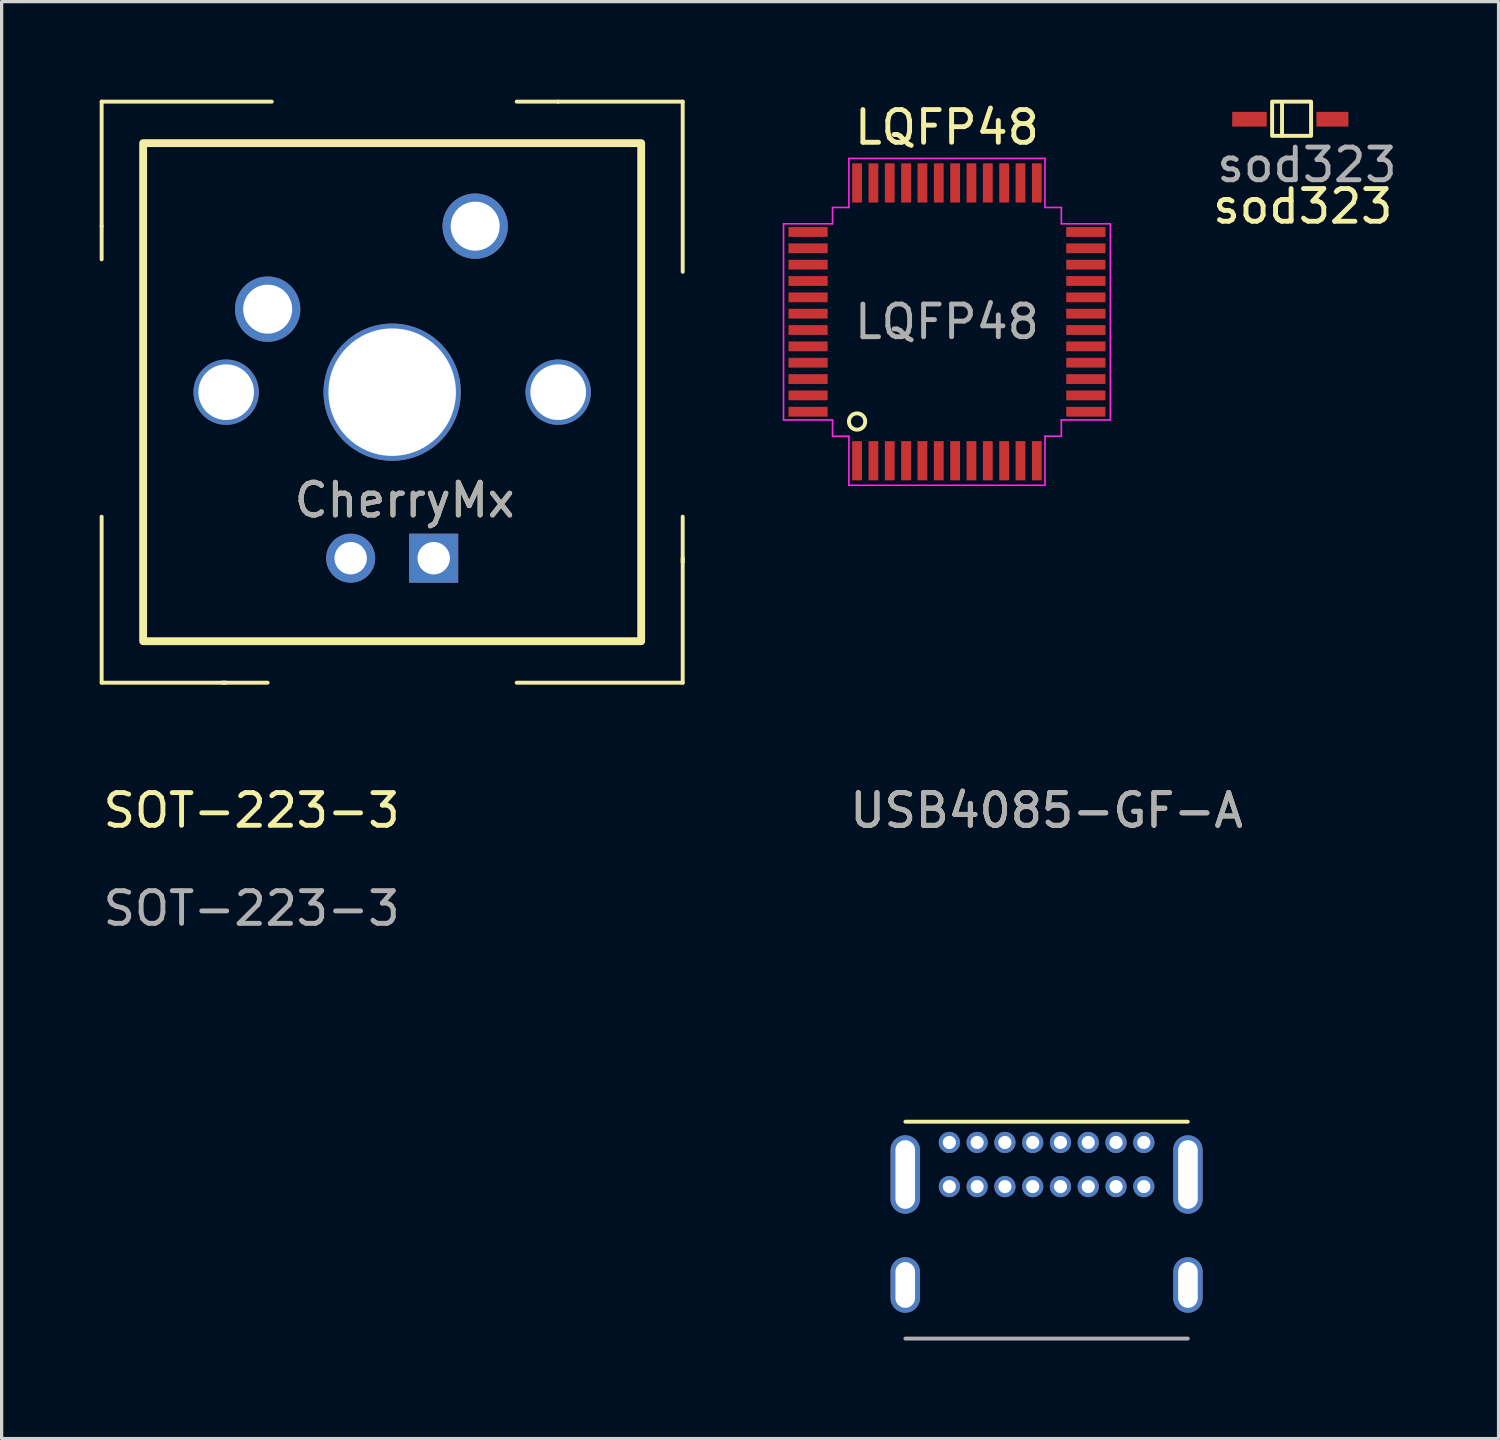
<source format=kicad_pcb>
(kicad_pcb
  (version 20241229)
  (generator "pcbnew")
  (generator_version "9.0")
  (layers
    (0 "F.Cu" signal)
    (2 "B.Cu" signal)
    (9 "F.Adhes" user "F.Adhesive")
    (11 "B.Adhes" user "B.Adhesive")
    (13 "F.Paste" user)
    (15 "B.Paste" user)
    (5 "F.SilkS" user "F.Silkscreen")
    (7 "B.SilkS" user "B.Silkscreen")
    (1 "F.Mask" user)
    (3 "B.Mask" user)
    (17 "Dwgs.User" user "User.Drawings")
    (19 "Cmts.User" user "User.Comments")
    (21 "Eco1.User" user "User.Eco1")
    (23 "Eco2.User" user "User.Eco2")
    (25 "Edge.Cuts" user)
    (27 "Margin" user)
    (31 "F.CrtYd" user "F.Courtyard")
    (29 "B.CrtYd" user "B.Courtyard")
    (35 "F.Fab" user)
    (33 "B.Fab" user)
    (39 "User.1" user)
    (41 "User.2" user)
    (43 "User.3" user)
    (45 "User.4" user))
  (footprint "USB4085-GF-A"
    (layer "F.Cu")
    (at 28.974 31.908)
    (property "Reference" "USB4085-GF-A" (at 0 -10.16 0) (unlocked yes) (layer "F.SilkS") (effects (font (size 1 1) (thickness 0.15))))
    (attr through_hole)
    (fp_line (start -4.32 -0.635) (end 4.32 -0.635) (stroke (width 0.12) (type solid)) (layer "F.SilkS"))
    (fp_line (start -4.32 6) (end 4.32 6) (stroke (width 0.12) (type solid)) (layer "F.Fab"))
    (fp_text user "${REFERENCE}" (at 0 -10.16 0) (unlocked yes) (layer "F.Fab") (effects (font (size 1 1) (thickness 0.15))))
    (pad "A1" thru_hole circle (at -2.975 0) (size 0.65 0.65) (drill 0.4) (layers "*.Cu" "*.Mask"))
    (pad "A4" thru_hole circle (at -2.125 0) (size 0.65 0.65) (drill 0.4) (layers "*.Cu" "*.Mask"))
    (pad "A5" thru_hole circle (at -1.275 0) (size 0.65 0.65) (drill 0.4) (layers "*.Cu" "*.Mask"))
    (pad "A6" thru_hole circle (at -0.425 0) (size 0.65 0.65) (drill 0.4) (layers "*.Cu" "*.Mask"))
    (pad "A7" thru_hole circle (at 0.425 0) (size 0.65 0.65) (drill 0.4) (layers "*.Cu" "*.Mask"))
    (pad "A8" thru_hole circle (at 1.275 0) (size 0.65 0.65) (drill 0.4) (layers "*.Cu" "*.Mask"))
    (pad "A9" thru_hole circle (at 2.125 0) (size 0.65 0.65) (drill 0.4) (layers "*.Cu" "*.Mask"))
    (pad "A12" thru_hole circle (at 2.975 0) (size 0.65 0.65) (drill 0.4) (layers "*.Cu" "*.Mask"))
    (pad "B1" thru_hole circle (at 2.975 1.35) (size 0.65 0.65) (drill 0.4) (layers "*.Cu" "*.Mask"))
    (pad "B4" thru_hole circle (at 2.125 1.35) (size 0.65 0.65) (drill 0.4) (layers "*.Cu" "*.Mask"))
    (pad "B5" thru_hole circle (at 1.275 1.35) (size 0.65 0.65) (drill 0.4) (layers "*.Cu" "*.Mask"))
    (pad "B6" thru_hole circle (at 0.425 1.35) (size 0.65 0.65) (drill 0.4) (layers "*.Cu" "*.Mask"))
    (pad "B7" thru_hole circle (at -0.425 1.35) (size 0.65 0.65) (drill 0.4) (layers "*.Cu" "*.Mask"))
    (pad "B8" thru_hole circle (at -1.275 1.35) (size 0.65 0.65) (drill 0.4) (layers "*.Cu" "*.Mask"))
    (pad "B9" thru_hole circle (at -2.125 1.35) (size 0.65 0.65) (drill 0.4) (layers "*.Cu" "*.Mask"))
    (pad "B12" thru_hole circle (at -2.975 1.35) (size 0.65 0.65) (drill 0.4) (layers "*.Cu" "*.Mask"))
    (pad "SHELL" thru_hole oval (at -4.325 0.98) (size 0.9 2.4) (drill oval 0.6 2.1) (layers "*.Cu" "*.Mask"))
    (pad "SHELL" thru_hole oval (at -4.325 4.36) (size 0.9 1.7) (drill oval 0.6 1.4) (layers "*.Cu" "*.Mask"))
    (pad "SHELL" thru_hole oval (at 4.325 0.98) (size 0.9 2.4) (drill oval 0.6 2.1) (layers "*.Cu" "*.Mask"))
    (pad "SHELL" thru_hole oval (at 4.325 4.36) (size 0.9 1.7) (drill oval 0.6 1.4) (layers "*.Cu" "*.Mask")))
  (footprint "CherryMx"
    (layer "F.Cu")
    (at 8.95 8.95)
    (property "Reference" "CherryMx" (at 0.381 3.302 0) (unlocked yes) (layer "F.SilkS") (effects (font (size 1 1) (thickness 0.15))))
    (attr smd)
    (fp_line (start -8.89 -8.89) (end -3.683 -8.89) (stroke (width 0.12) (type solid)) (layer "F.SilkS"))
    (fp_line (start -8.89 -5.08) (end -8.89 -8.89) (stroke (width 0.12) (type solid)) (layer "F.SilkS"))
    (fp_line (start -8.89 -5.08) (end -8.89 -4.064) (stroke (width 0.12) (type solid)) (layer "F.SilkS"))
    (fp_line (start -8.89 8.89) (end -8.89 3.81) (stroke (width 0.12) (type solid)) (layer "F.SilkS"))
    (fp_line (start -5.207 8.89) (end -3.81 8.89) (stroke (width 0.12) (type solid)) (layer "F.SilkS"))
    (fp_line (start -5.08 8.89) (end -8.89 8.89) (stroke (width 0.12) (type solid)) (layer "F.SilkS"))
    (fp_line (start 5.08 -8.89) (end 3.81 -8.89) (stroke (width 0.12) (type solid)) (layer "F.SilkS"))
    (fp_line (start 5.08 -8.89) (end 8.89 -8.89) (stroke (width 0.12) (type solid)) (layer "F.SilkS"))
    (fp_line (start 8.89 -8.89) (end 8.89 -3.683) (stroke (width 0.12) (type solid)) (layer "F.SilkS"))
    (fp_line (start 8.89 5.08) (end 8.89 8.89) (stroke (width 0.12) (type solid)) (layer "F.SilkS"))
    (fp_line (start 8.89 5.207) (end 8.89 3.81) (stroke (width 0.12) (type solid)) (layer "F.SilkS"))
    (fp_line (start 8.89 8.89) (end 3.81 8.89) (stroke (width 0.12) (type solid)) (layer "F.SilkS"))
    (fp_rect (start -7.62 -7.62) (end 7.62 7.62) (stroke (width 0.24) (type solid)) (fill no) (layer "F.SilkS"))
    (fp_text user "${REFERENCE}" (at 0.381 3.302 0) (unlocked yes) (layer "F.Fab") (effects (font (size 1 1) (thickness 0.15))))
    (pad "" np_thru_hole circle (at -5.08 0) (size 2 2) (drill 1.702) (layers "*.Cu" "*.Mask"))
    (pad "" np_thru_hole circle (at 0 0) (size 4.2 4.2) (drill 3.9) (layers "*.Cu" "*.Mask"))
    (pad "" np_thru_hole circle (at 5.08 0) (size 2 2) (drill 1.702) (layers "*.Cu" "*.Mask"))
    (pad "1" thru_hole circle (at -3.81 -2.54) (size 2 2) (drill 1.499) (layers "*.Cu" "*.Mask"))
    (pad "2" thru_hole circle (at 2.54 -5.08) (size 2 2) (drill 1.499) (layers "*.Cu" "*.Mask"))
    (pad "3" thru_hole circle (at -1.27 5.08) (size 1.5 1.5) (drill 0.991) (layers "*.Cu" "*.Mask"))
    (pad "4" thru_hole rect (at 1.27 5.08) (size 1.5 1.5) (drill 0.991) (layers "*.Cu" "*.Mask")))
  (footprint "sod323"
    (layer "F.Cu")
    (at 35.416 0.598)
    (property "Reference" "sod323" (at 1.397 2.667 0) (unlocked yes) (layer "F.SilkS") (effects (font (size 1 1) (thickness 0.15))))
    (attr smd)
    (fp_line (start 0.762 0.508) (end 0.762 -0.508) (stroke (width 0.12) (type solid)) (layer "F.SilkS"))
    (fp_rect (start 0.459 -0.538) (end 1.651 0.508) (stroke (width 0.12) (type solid)) (fill no) (layer "F.SilkS"))
    (fp_text user "${REFERENCE}" (at 1.524 1.397 0) (unlocked yes) (layer "F.Fab") (effects (font (size 1 1) (thickness 0.15))))
    (pad "1" smd rect (at -0.234 0) (size 1.057 0.45) (layers "F.Cu" "F.Mask" "F.Paste"))
    (pad "2" smd rect (at 2.304 0) (size 0.979 0.45) (layers "F.Cu" "F.Mask" "F.Paste")))
  (footprint "SOT-223-3"
    (layer "F.Cu")
    (at 19.599 22.798)
    (property "Reference" "SOT-223-3" (at -14.95 -1.05 0) (unlocked yes) (layer "F.SilkS") (effects (font (size 1 1) (thickness 0.15))))
    (attr smd)
    (fp_text user "${REFERENCE}" (at -14.95 1.95 0) (unlocked yes) (layer "F.Fab") (effects (font (size 1 1) (thickness 0.15)))))
  (footprint "LQFP48"
    (layer "F.Cu")
    (at 25.925 6.798)
    (property "Reference" "LQFP48" (at 0 -5.95 0) (unlocked yes) (layer "F.SilkS") (effects (font (size 1 1) (thickness 0.15))))
    (attr smd)
    (fp_circle (center -2.75 3.05) (end -2.6 3.25) (stroke (width 0.12) (type solid)) (fill no) (layer "F.SilkS"))
    (fp_line (start -5 -3) (end -3.5 -3) (stroke (width 0.05) (type solid)) (layer "F.CrtYd"))
    (fp_line (start -5 3) (end -5 -3) (stroke (width 0.05) (type solid)) (layer "F.CrtYd"))
    (fp_line (start -3.5 -3.5) (end -3 -3.5) (stroke (width 0.05) (type solid)) (layer "F.CrtYd"))
    (fp_line (start -3.5 -3) (end -3.5 -3.5) (stroke (width 0.05) (type solid)) (layer "F.CrtYd"))
    (fp_line (start -3.5 3) (end -5 3) (stroke (width 0.05) (type solid)) (layer "F.CrtYd"))
    (fp_line (start -3.5 3) (end -3.5 3.5) (stroke (width 0.05) (type solid)) (layer "F.CrtYd"))
    (fp_line (start -3.5 3.5) (end -3 3.5) (stroke (width 0.05) (type solid)) (layer "F.CrtYd"))
    (fp_line (start -3 -5) (end 3 -5) (stroke (width 0.05) (type solid)) (layer "F.CrtYd"))
    (fp_line (start -3 -3.5) (end -3 -5) (stroke (width 0.05) (type solid)) (layer "F.CrtYd"))
    (fp_line (start -3 5) (end -3 3.5) (stroke (width 0.05) (type solid)) (layer "F.CrtYd"))
    (fp_line (start 3 -5) (end 3 -3.5) (stroke (width 0.05) (type solid)) (layer "F.CrtYd"))
    (fp_line (start 3 -3.5) (end 3.5 -3.5) (stroke (width 0.05) (type solid)) (layer "F.CrtYd"))
    (fp_line (start 3 3.5) (end 3 5) (stroke (width 0.05) (type solid)) (layer "F.CrtYd"))
    (fp_line (start 3 3.5) (end 3.5 3.5) (stroke (width 0.05) (type solid)) (layer "F.CrtYd"))
    (fp_line (start 3 5) (end -3 5) (stroke (width 0.05) (type solid)) (layer "F.CrtYd"))
    (fp_line (start 3.5 -3.5) (end 3.5 -3) (stroke (width 0.05) (type solid)) (layer "F.CrtYd"))
    (fp_line (start 3.5 -3) (end 5 -3) (stroke (width 0.05) (type solid)) (layer "F.CrtYd"))
    (fp_line (start 3.5 3.5) (end 3.5 3) (stroke (width 0.05) (type solid)) (layer "F.CrtYd"))
    (fp_line (start 5 -3) (end 5 3) (stroke (width 0.05) (type solid)) (layer "F.CrtYd"))
    (fp_line (start 5 3) (end 3.5 3) (stroke (width 0.05) (type solid)) (layer "F.CrtYd"))
    (fp_text user "${REFERENCE}" (at 0 0 0) (unlocked yes) (layer "F.Fab") (effects (font (size 1 1) (thickness 0.15))))
    (pad "1" smd rect (at -2.75 4.25 90) (size 1.2 0.3) (layers "F.Cu" "F.Mask" "F.Paste"))
    (pad "2" smd rect (at -2.25 4.25 90) (size 1.2 0.3) (layers "F.Cu" "F.Mask" "F.Paste"))
    (pad "3" smd rect (at -1.75 4.25 90) (size 1.2 0.3) (layers "F.Cu" "F.Mask" "F.Paste"))
    (pad "4" smd rect (at -1.25 4.25 90) (size 1.2 0.3) (layers "F.Cu" "F.Mask" "F.Paste"))
    (pad "5" smd rect (at -0.75 4.25 90) (size 1.2 0.3) (layers "F.Cu" "F.Mask" "F.Paste"))
    (pad "6" smd rect (at -0.25 4.25 90) (size 1.2 0.3) (layers "F.Cu" "F.Mask" "F.Paste"))
    (pad "7" smd rect (at 0.25 4.25 90) (size 1.2 0.3) (layers "F.Cu" "F.Mask" "F.Paste"))
    (pad "8" smd rect (at 0.75 4.25 90) (size 1.2 0.3) (layers "F.Cu" "F.Mask" "F.Paste"))
    (pad "9" smd rect (at 1.25 4.25 90) (size 1.2 0.3) (layers "F.Cu" "F.Mask" "F.Paste"))
    (pad "10" smd rect (at 1.75 4.25 90) (size 1.2 0.3) (layers "F.Cu" "F.Mask" "F.Paste"))
    (pad "11" smd rect (at 2.25 4.25 90) (size 1.2 0.3) (layers "F.Cu" "F.Mask" "F.Paste"))
    (pad "12" smd rect (at 2.75 4.25 90) (size 1.2 0.3) (layers "F.Cu" "F.Mask" "F.Paste"))
    (pad "13" smd rect (at 4.25 2.75) (size 1.2 0.3) (layers "F.Cu" "F.Mask" "F.Paste"))
    (pad "14" smd rect (at 4.25 2.25) (size 1.2 0.3) (layers "F.Cu" "F.Mask" "F.Paste"))
    (pad "15" smd rect (at 4.25 1.75) (size 1.2 0.3) (layers "F.Cu" "F.Mask" "F.Paste"))
    (pad "16" smd rect (at 4.25 1.25) (size 1.2 0.3) (layers "F.Cu" "F.Mask" "F.Paste"))
    (pad "17" smd rect (at 4.25 0.75) (size 1.2 0.3) (layers "F.Cu" "F.Mask" "F.Paste"))
    (pad "18" smd rect (at 4.25 0.25) (size 1.2 0.3) (layers "F.Cu" "F.Mask" "F.Paste"))
    (pad "19" smd rect (at 4.25 -0.25) (size 1.2 0.3) (layers "F.Cu" "F.Mask" "F.Paste"))
    (pad "20" smd rect (at 4.25 -0.75) (size 1.2 0.3) (layers "F.Cu" "F.Mask" "F.Paste"))
    (pad "21" smd rect (at 4.25 -1.25) (size 1.2 0.3) (layers "F.Cu" "F.Mask" "F.Paste"))
    (pad "22" smd rect (at 4.25 -1.75) (size 1.2 0.3) (layers "F.Cu" "F.Mask" "F.Paste"))
    (pad "23" smd rect (at 4.25 -2.25) (size 1.2 0.3) (layers "F.Cu" "F.Mask" "F.Paste"))
    (pad "24" smd rect (at 4.25 -2.75) (size 1.2 0.3) (layers "F.Cu" "F.Mask" "F.Paste"))
    (pad "25" smd rect (at 2.75 -4.25 270) (size 1.2 0.3) (layers "F.Cu" "F.Mask" "F.Paste"))
    (pad "26" smd rect (at 2.25 -4.25 270) (size 1.2 0.3) (layers "F.Cu" "F.Mask" "F.Paste"))
    (pad "27" smd rect (at 1.75 -4.25 270) (size 1.2 0.3) (layers "F.Cu" "F.Mask" "F.Paste"))
    (pad "28" smd rect (at 1.25 -4.25 270) (size 1.2 0.3) (layers "F.Cu" "F.Mask" "F.Paste"))
    (pad "29" smd rect (at 0.75 -4.25 270) (size 1.2 0.3) (layers "F.Cu" "F.Mask" "F.Paste"))
    (pad "30" smd rect (at 0.25 -4.25 270) (size 1.2 0.3) (layers "F.Cu" "F.Mask" "F.Paste"))
    (pad "31" smd rect (at -0.25 -4.25 270) (size 1.2 0.3) (layers "F.Cu" "F.Mask" "F.Paste"))
    (pad "32" smd rect (at -0.75 -4.25 270) (size 1.2 0.3) (layers "F.Cu" "F.Mask" "F.Paste"))
    (pad "33" smd rect (at -1.25 -4.25 270) (size 1.2 0.3) (layers "F.Cu" "F.Mask" "F.Paste"))
    (pad "34" smd rect (at -1.75 -4.25 270) (size 1.2 0.3) (layers "F.Cu" "F.Mask" "F.Paste"))
    (pad "35" smd rect (at -2.25 -4.25 270) (size 1.2 0.3) (layers "F.Cu" "F.Mask" "F.Paste"))
    (pad "36" smd rect (at -2.75 -4.25 270) (size 1.2 0.3) (layers "F.Cu" "F.Mask" "F.Paste"))
    (pad "37" smd rect (at -4.25 -2.75) (size 1.2 0.3) (layers "F.Cu" "F.Mask" "F.Paste"))
    (pad "38" smd rect (at -4.25 -2.25) (size 1.2 0.3) (layers "F.Cu" "F.Mask" "F.Paste"))
    (pad "39" smd rect (at -4.25 -1.75) (size 1.2 0.3) (layers "F.Cu" "F.Mask" "F.Paste"))
    (pad "40" smd rect (at -4.25 -1.25) (size 1.2 0.3) (layers "F.Cu" "F.Mask" "F.Paste"))
    (pad "41" smd rect (at -4.25 -0.75) (size 1.2 0.3) (layers "F.Cu" "F.Mask" "F.Paste"))
    (pad "42" smd rect (at -4.25 -0.25) (size 1.2 0.3) (layers "F.Cu" "F.Mask" "F.Paste"))
    (pad "43" smd rect (at -4.25 0.25) (size 1.2 0.3) (layers "F.Cu" "F.Mask" "F.Paste"))
    (pad "44" smd rect (at -4.25 0.75) (size 1.2 0.3) (layers "F.Cu" "F.Mask" "F.Paste"))
    (pad "45" smd rect (at -4.25 1.25) (size 1.2 0.3) (layers "F.Cu" "F.Mask" "F.Paste"))
    (pad "46" smd rect (at -4.25 1.75) (size 1.2 0.3) (layers "F.Cu" "F.Mask" "F.Paste"))
    (pad "47" smd rect (at -4.25 2.25) (size 1.2 0.3) (layers "F.Cu" "F.Mask" "F.Paste"))
    (pad "48" smd rect (at -4.25 2.75) (size 1.2 0.3) (layers "F.Cu" "F.Mask" "F.Paste")))
  (gr_rect
    (start -3 -3)
    (end 42.803 40.968)
    (stroke (width 0.1) (type default))
    (fill no)
    (layer "Edge.Cuts")))
</source>
